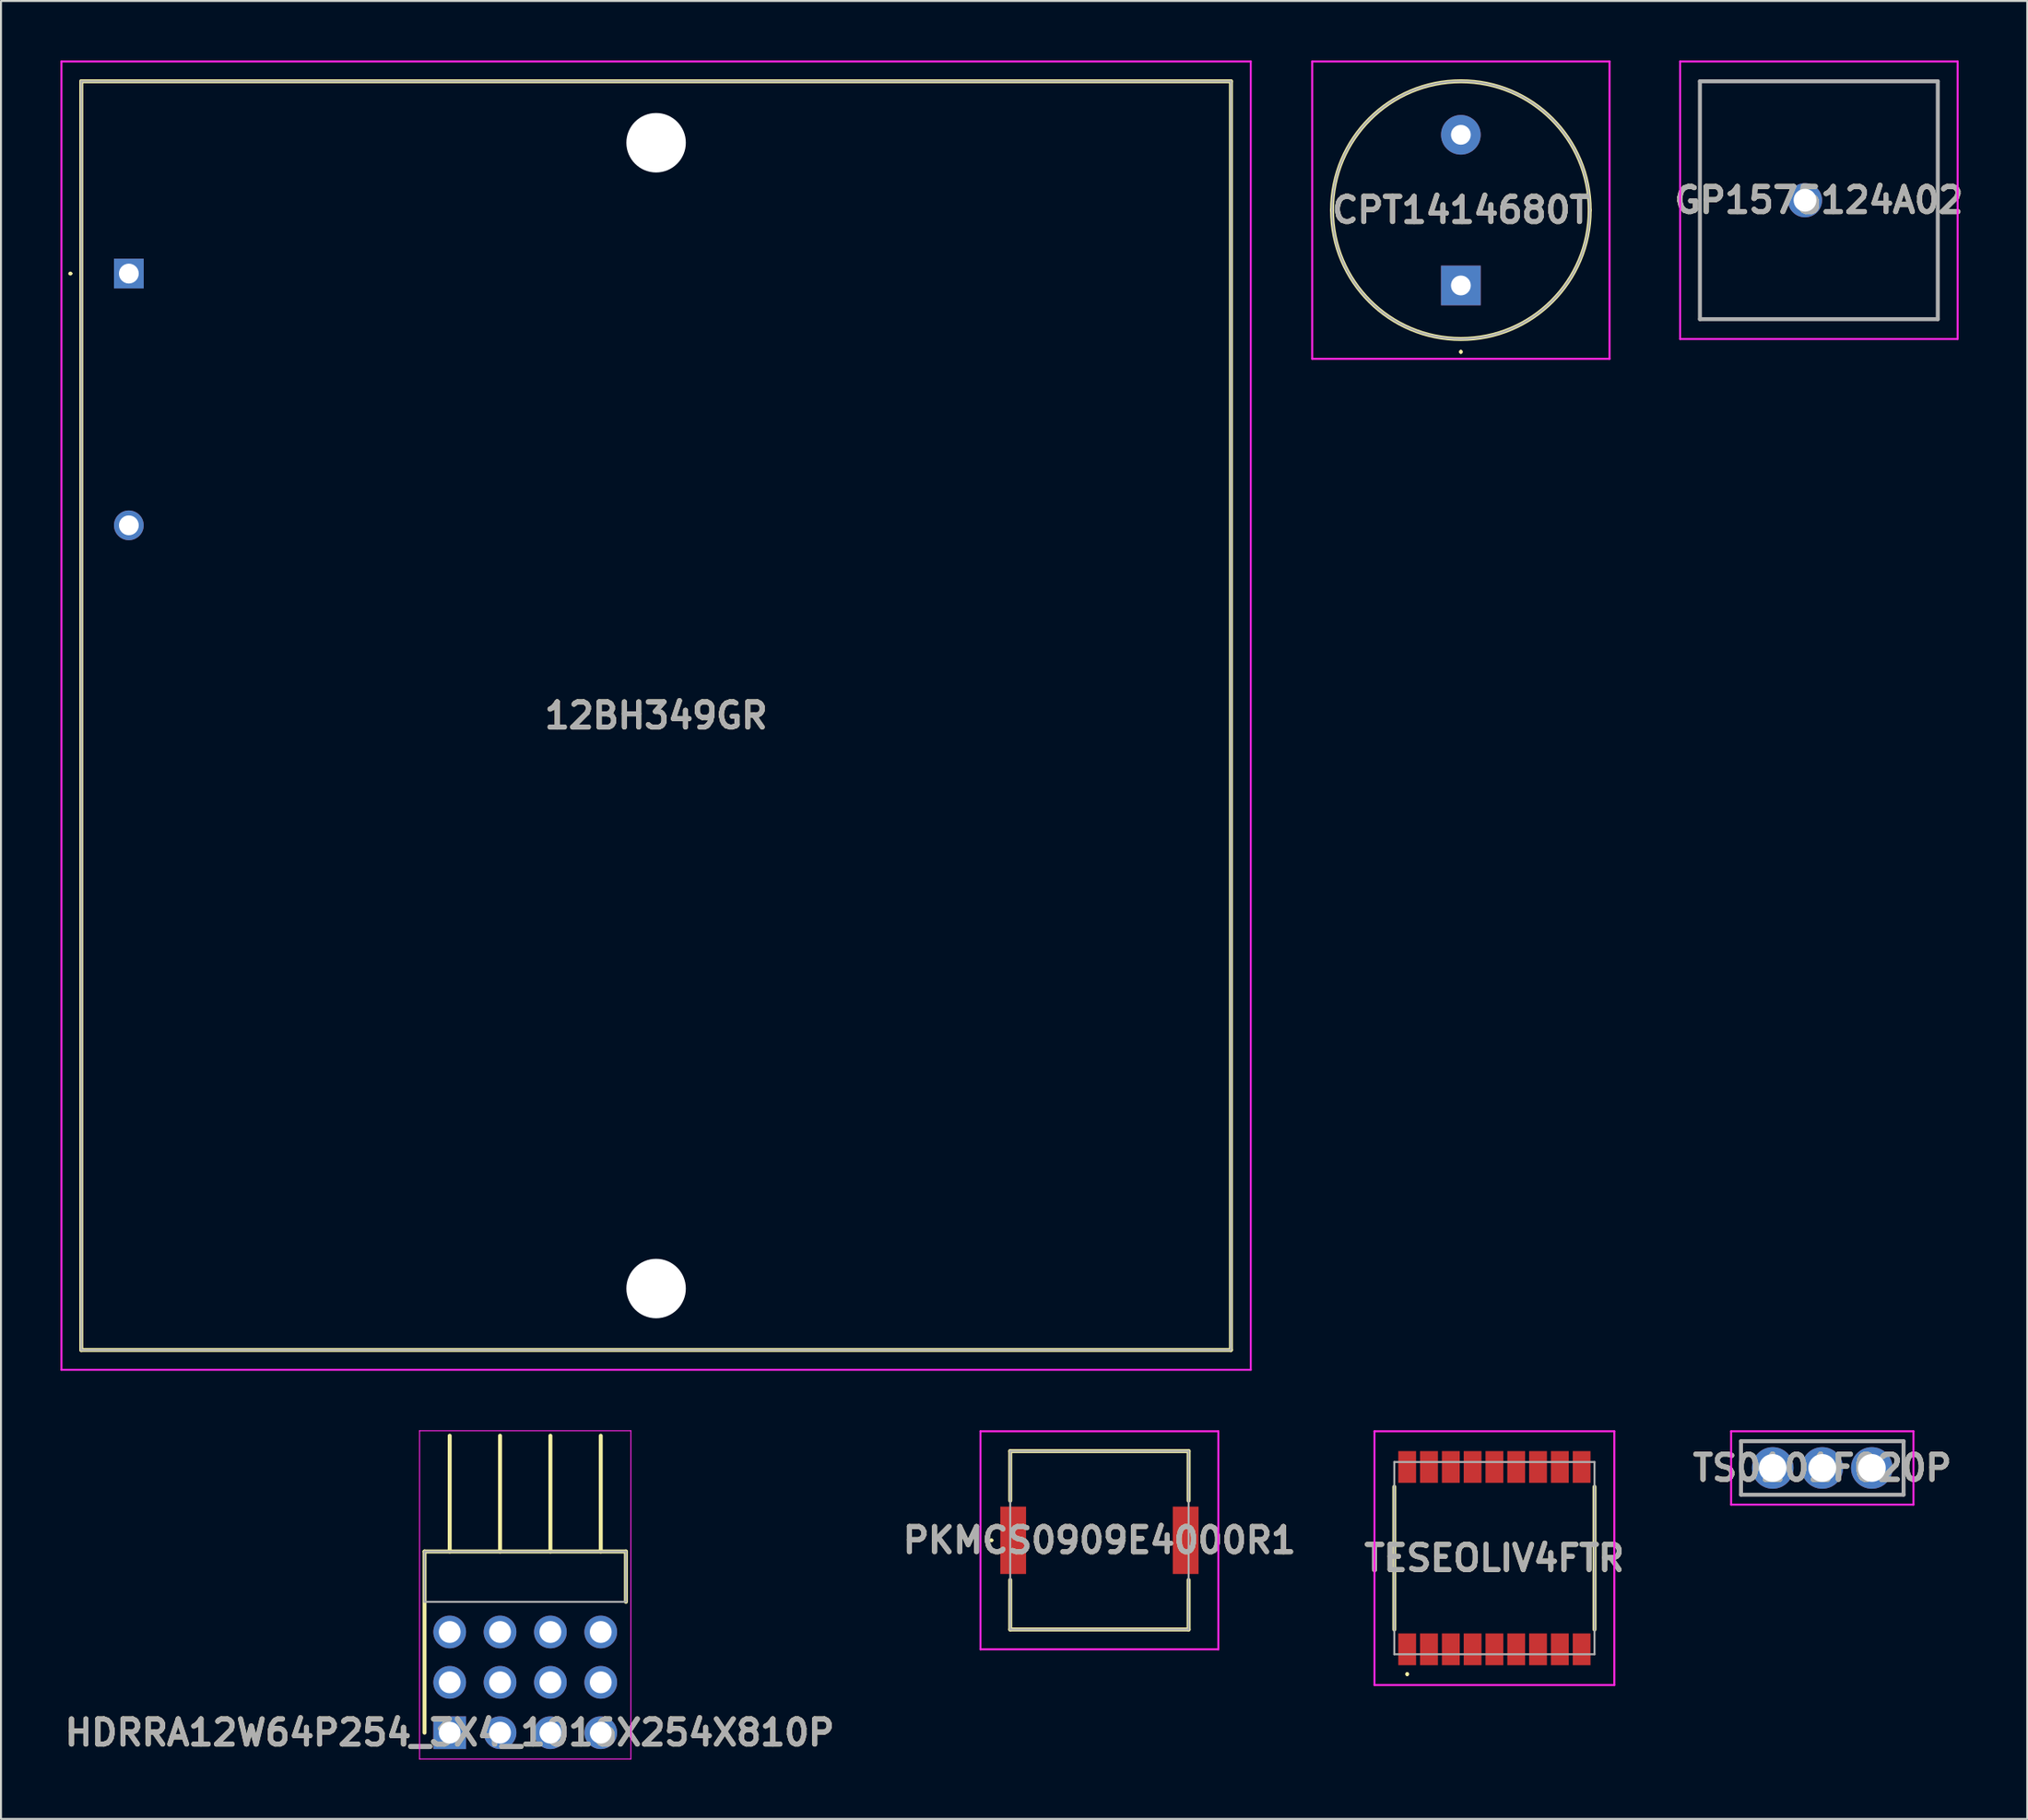
<source format=kicad_pcb>
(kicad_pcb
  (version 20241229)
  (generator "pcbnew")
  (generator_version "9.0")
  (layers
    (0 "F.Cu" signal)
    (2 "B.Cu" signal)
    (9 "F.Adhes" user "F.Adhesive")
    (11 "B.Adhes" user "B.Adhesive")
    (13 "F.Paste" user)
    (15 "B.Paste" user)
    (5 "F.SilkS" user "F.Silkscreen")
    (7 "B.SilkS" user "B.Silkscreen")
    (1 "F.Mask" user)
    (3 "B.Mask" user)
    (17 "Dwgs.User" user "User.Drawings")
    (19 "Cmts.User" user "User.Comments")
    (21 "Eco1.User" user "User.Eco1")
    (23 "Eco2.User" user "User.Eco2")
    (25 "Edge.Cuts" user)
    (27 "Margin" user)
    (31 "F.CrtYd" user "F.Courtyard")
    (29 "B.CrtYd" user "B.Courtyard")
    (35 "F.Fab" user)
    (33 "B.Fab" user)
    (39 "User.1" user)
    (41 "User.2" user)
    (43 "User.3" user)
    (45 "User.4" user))
  (footprint "TESEOLIV4FTR"
    (layer "F.Cu")
    (at 72.342 75.55)
    (property "Reference" "TESEOLIV4FTR" (at 0 0 0) (layer "F.SilkS") (effects (font (size 1.27 1.27) (thickness 0.254))))
    (attr smd)
    (fp_line (start -5.05 -3.6) (end -5.05 3.6) (stroke (width 0.2) (type solid)) (layer "F.SilkS"))
    (fp_line (start -4.4 5.8) (end -4.4 5.8) (stroke (width 0.1) (type solid)) (layer "F.SilkS"))
    (fp_line (start -4.4 5.9) (end -4.4 5.9) (stroke (width 0.1) (type solid)) (layer "F.SilkS"))
    (fp_line (start 5.05 -3.6) (end 5.05 3.6) (stroke (width 0.2) (type solid)) (layer "F.SilkS"))
    (fp_arc (start -4.4 5.8) (mid -4.35 5.85) (end -4.4 5.9) (stroke (width 0.1) (type solid)) (layer "F.SilkS"))
    (fp_arc (start -4.4 5.9) (mid -4.45 5.85) (end -4.4 5.8) (stroke (width 0.1) (type solid)) (layer "F.SilkS"))
    (fp_line (start -6.05 -6.4) (end 6.05 -6.4) (stroke (width 0.1) (type solid)) (layer "F.CrtYd"))
    (fp_line (start -6.05 6.4) (end -6.05 -6.4) (stroke (width 0.1) (type solid)) (layer "F.CrtYd"))
    (fp_line (start 6.05 -6.4) (end 6.05 6.4) (stroke (width 0.1) (type solid)) (layer "F.CrtYd"))
    (fp_line (start 6.05 6.4) (end -6.05 6.4) (stroke (width 0.1) (type solid)) (layer "F.CrtYd"))
    (fp_line (start -5.05 -4.85) (end -5.05 4.85) (stroke (width 0.1) (type solid)) (layer "F.Fab"))
    (fp_line (start -5.05 4.85) (end 5.05 4.85) (stroke (width 0.1) (type solid)) (layer "F.Fab"))
    (fp_line (start 5.05 -4.85) (end -5.05 -4.85) (stroke (width 0.1) (type solid)) (layer "F.Fab"))
    (fp_line (start 5.05 4.85) (end 5.05 -4.85) (stroke (width 0.1) (type solid)) (layer "F.Fab"))
    (fp_text user "${REFERENCE}" (at 0 0 0) (layer "F.Fab") (effects (font (size 1.27 1.27) (thickness 0.254))))
    (pad "1" smd rect (at -4.4 4.6) (size 0.9 1.6) (layers "F.Cu" "F.Mask" "F.Paste"))
    (pad "2" smd rect (at -3.3 4.6) (size 0.9 1.6) (layers "F.Cu" "F.Mask" "F.Paste"))
    (pad "3" smd rect (at -2.2 4.6) (size 0.9 1.6) (layers "F.Cu" "F.Mask" "F.Paste"))
    (pad "4" smd rect (at -1.1 4.6) (size 0.9 1.6) (layers "F.Cu" "F.Mask" "F.Paste"))
    (pad "5" smd rect (at 0 4.6) (size 0.9 1.6) (layers "F.Cu" "F.Mask" "F.Paste"))
    (pad "6" smd rect (at 1.1 4.6) (size 0.9 1.6) (layers "F.Cu" "F.Mask" "F.Paste"))
    (pad "7" smd rect (at 2.2 4.6) (size 0.9 1.6) (layers "F.Cu" "F.Mask" "F.Paste"))
    (pad "8" smd rect (at 3.3 4.6) (size 0.9 1.6) (layers "F.Cu" "F.Mask" "F.Paste"))
    (pad "9" smd rect (at 4.4 4.6) (size 0.9 1.6) (layers "F.Cu" "F.Mask" "F.Paste"))
    (pad "10" smd rect (at 4.4 -4.6) (size 0.9 1.6) (layers "F.Cu" "F.Mask" "F.Paste"))
    (pad "11" smd rect (at 3.3 -4.6) (size 0.9 1.6) (layers "F.Cu" "F.Mask" "F.Paste"))
    (pad "12" smd rect (at 2.2 -4.6) (size 0.9 1.6) (layers "F.Cu" "F.Mask" "F.Paste"))
    (pad "13" smd rect (at 1.1 -4.6) (size 0.9 1.6) (layers "F.Cu" "F.Mask" "F.Paste"))
    (pad "14" smd rect (at 0 -4.6) (size 0.9 1.6) (layers "F.Cu" "F.Mask" "F.Paste"))
    (pad "15" smd rect (at -1.1 -4.6) (size 0.9 1.6) (layers "F.Cu" "F.Mask" "F.Paste"))
    (pad "16" smd rect (at -2.2 -4.6) (size 0.9 1.6) (layers "F.Cu" "F.Mask" "F.Paste"))
    (pad "17" smd rect (at -3.3 -4.6) (size 0.9 1.6) (layers "F.Cu" "F.Mask" "F.Paste"))
    (pad "18" smd rect (at -4.4 -4.6) (size 0.9 1.6) (layers "F.Cu" "F.Mask" "F.Paste")))
  (footprint "HDRRA12W64P254_3X4_1016X254X810P"
    (layer "F.Cu")
    (at 19.637 84.355)
    (property "Reference" "HDRRA12W64P254_3X4_1016X254X810P" (at 0 0 0) (layer "F.SilkS") (effects (font (size 1.27 1.27) (thickness 0.254))))
    (attr through_hole)
    (fp_line (start -1.27 -9.14) (end 8.89 -9.14) (stroke (width 0.2) (type solid)) (layer "F.SilkS"))
    (fp_line (start -1.27 0) (end -1.27 -9.14) (stroke (width 0.2) (type solid)) (layer "F.SilkS"))
    (fp_line (start 0 -9.14) (end 0 -14.98) (stroke (width 0.2) (type solid)) (layer "F.SilkS"))
    (fp_line (start 2.54 -9.14) (end 2.54 -14.98) (stroke (width 0.2) (type solid)) (layer "F.SilkS"))
    (fp_line (start 5.08 -9.14) (end 5.08 -14.98) (stroke (width 0.2) (type solid)) (layer "F.SilkS"))
    (fp_line (start 7.62 -9.14) (end 7.62 -14.98) (stroke (width 0.2) (type solid)) (layer "F.SilkS"))
    (fp_line (start 8.89 -9.14) (end 8.89 -6.6) (stroke (width 0.2) (type solid)) (layer "F.SilkS"))
    (fp_line (start -1.52 -15.23) (end -1.52 1.325) (stroke (width 0.05) (type solid)) (layer "F.CrtYd"))
    (fp_line (start -1.52 1.325) (end 9.14 1.325) (stroke (width 0.05) (type solid)) (layer "F.CrtYd"))
    (fp_line (start 9.14 -15.23) (end -1.52 -15.23) (stroke (width 0.05) (type solid)) (layer "F.CrtYd"))
    (fp_line (start 9.14 1.325) (end 9.14 -15.23) (stroke (width 0.05) (type solid)) (layer "F.CrtYd"))
    (fp_line (start -1.27 -9.14) (end 8.89 -9.14) (stroke (width 0.1) (type solid)) (layer "F.Fab"))
    (fp_line (start -1.27 -6.6) (end -1.27 -9.14) (stroke (width 0.1) (type solid)) (layer "F.Fab"))
    (fp_line (start 8.89 -9.14) (end 8.89 -6.6) (stroke (width 0.1) (type solid)) (layer "F.Fab"))
    (fp_line (start 8.89 -6.6) (end -1.27 -6.6) (stroke (width 0.1) (type solid)) (layer "F.Fab"))
    (fp_text user "${REFERENCE}" (at 0 0 0) (layer "F.Fab") (effects (font (size 1.27 1.27) (thickness 0.254))))
    (pad "1" thru_hole rect (at 0 0) (size 1.65 1.65) (drill 1.1) (layers "*.Cu" "*.Mask"))
    (pad "2" thru_hole circle (at 0 -2.54) (size 1.65 1.65) (drill 1.1) (layers "*.Cu" "*.Mask"))
    (pad "3" thru_hole circle (at 0 -5.08) (size 1.65 1.65) (drill 1.1) (layers "*.Cu" "*.Mask"))
    (pad "4" thru_hole circle (at 2.54 0) (size 1.65 1.65) (drill 1.1) (layers "*.Cu" "*.Mask"))
    (pad "5" thru_hole circle (at 2.54 -2.54) (size 1.65 1.65) (drill 1.1) (layers "*.Cu" "*.Mask"))
    (pad "6" thru_hole circle (at 2.54 -5.08) (size 1.65 1.65) (drill 1.1) (layers "*.Cu" "*.Mask"))
    (pad "7" thru_hole circle (at 5.08 0) (size 1.65 1.65) (drill 1.1) (layers "*.Cu" "*.Mask"))
    (pad "8" thru_hole circle (at 5.08 -2.54) (size 1.65 1.65) (drill 1.1) (layers "*.Cu" "*.Mask"))
    (pad "9" thru_hole circle (at 5.08 -5.08) (size 1.65 1.65) (drill 1.1) (layers "*.Cu" "*.Mask"))
    (pad "10" thru_hole circle (at 7.62 0) (size 1.65 1.65) (drill 1.1) (layers "*.Cu" "*.Mask"))
    (pad "11" thru_hole circle (at 7.62 -2.54) (size 1.65 1.65) (drill 1.1) (layers "*.Cu" "*.Mask"))
    (pad "12" thru_hole circle (at 7.62 -5.08) (size 1.65 1.65) (drill 1.1) (layers "*.Cu" "*.Mask")))
  (footprint "GP1575124A02"
    (layer "F.Cu")
    (at 88.011 7.05)
    (property "Reference" "GP1575124A02" (at 0.7 0 0) (layer "F.SilkS") (effects (font (size 1.27 1.27) (thickness 0.254))))
    (attr through_hole)
    (fp_line (start -5.3 -6) (end 6.7 -6) (stroke (width 0.1) (type solid)) (layer "F.SilkS"))
    (fp_line (start -5.3 6) (end -5.3 -6) (stroke (width 0.1) (type solid)) (layer "F.SilkS"))
    (fp_line (start 6.7 -6) (end 6.7 6) (stroke (width 0.1) (type solid)) (layer "F.SilkS"))
    (fp_line (start 6.7 6) (end -5.3 6) (stroke (width 0.1) (type solid)) (layer "F.SilkS"))
    (fp_line (start -6.3 -7) (end 7.7 -7) (stroke (width 0.1) (type solid)) (layer "F.CrtYd"))
    (fp_line (start -6.3 7) (end -6.3 -7) (stroke (width 0.1) (type solid)) (layer "F.CrtYd"))
    (fp_line (start 7.7 -7) (end 7.7 7) (stroke (width 0.1) (type solid)) (layer "F.CrtYd"))
    (fp_line (start 7.7 7) (end -6.3 7) (stroke (width 0.1) (type solid)) (layer "F.CrtYd"))
    (fp_line (start -5.3 -6) (end -5.3 6) (stroke (width 0.2) (type solid)) (layer "F.Fab"))
    (fp_line (start -5.3 6) (end 6.7 6) (stroke (width 0.2) (type solid)) (layer "F.Fab"))
    (fp_line (start 6.7 -6) (end -5.3 -6) (stroke (width 0.2) (type solid)) (layer "F.Fab"))
    (fp_line (start 6.7 6) (end 6.7 -6) (stroke (width 0.2) (type solid)) (layer "F.Fab"))
    (fp_text user "${REFERENCE}" (at 0.7 0 0) (layer "F.Fab") (effects (font (size 1.27 1.27) (thickness 0.254))))
    (pad "1" thru_hole circle (at 0 0) (size 1.725 1.725) (drill 1.15) (layers "*.Cu" "*.Mask")))
  (footprint "PKMCS0909E4000R1"
    (layer "F.Cu")
    (at 52.415 74.65)
    (property "Reference" "PKMCS0909E4000R1" (at 0 0 0) (layer "F.SilkS") (effects (font (size 1.27 1.27) (thickness 0.254))))
    (attr smd)
    (fp_line (start -5.5 0) (end -5.5 0) (stroke (width 0.1) (type solid)) (layer "F.SilkS"))
    (fp_line (start -5.4 0) (end -5.4 0) (stroke (width 0.1) (type solid)) (layer "F.SilkS"))
    (fp_line (start -4.5 -4.5) (end 4.5 -4.5) (stroke (width 0.2) (type solid)) (layer "F.SilkS"))
    (fp_line (start -4.5 -2) (end -4.5 -4.5) (stroke (width 0.2) (type solid)) (layer "F.SilkS"))
    (fp_line (start -4.5 4.5) (end -4.5 2) (stroke (width 0.2) (type solid)) (layer "F.SilkS"))
    (fp_line (start 4.5 -4.5) (end 4.5 -2) (stroke (width 0.2) (type solid)) (layer "F.SilkS"))
    (fp_line (start 4.5 2) (end 4.5 4.5) (stroke (width 0.2) (type solid)) (layer "F.SilkS"))
    (fp_line (start 4.5 4.5) (end -4.5 4.5) (stroke (width 0.2) (type solid)) (layer "F.SilkS"))
    (fp_arc (start -5.5 0) (mid -5.45 -0.05) (end -5.4 0) (stroke (width 0.1) (type solid)) (layer "F.SilkS"))
    (fp_arc (start -5.4 0) (mid -5.45 0.05) (end -5.5 0) (stroke (width 0.1) (type solid)) (layer "F.SilkS"))
    (fp_line (start -6 -5.5) (end 6 -5.5) (stroke (width 0.1) (type solid)) (layer "F.CrtYd"))
    (fp_line (start -6 5.5) (end -6 -5.5) (stroke (width 0.1) (type solid)) (layer "F.CrtYd"))
    (fp_line (start 6 -5.5) (end 6 5.5) (stroke (width 0.1) (type solid)) (layer "F.CrtYd"))
    (fp_line (start 6 5.5) (end -6 5.5) (stroke (width 0.1) (type solid)) (layer "F.CrtYd"))
    (fp_line (start -4.5 -4.5) (end -4.5 4.5) (stroke (width 0.1) (type solid)) (layer "F.Fab"))
    (fp_line (start -4.5 4.5) (end 4.5 4.5) (stroke (width 0.1) (type solid)) (layer "F.Fab"))
    (fp_line (start 4.5 -4.5) (end -4.5 -4.5) (stroke (width 0.1) (type solid)) (layer "F.Fab"))
    (fp_line (start 4.5 4.5) (end 4.5 -4.5) (stroke (width 0.1) (type solid)) (layer "F.Fab"))
    (fp_text user "${REFERENCE}" (at 0 0 0) (layer "F.Fab") (effects (font (size 1.27 1.27) (thickness 0.254))))
    (pad "1" smd rect (at -4.35 0) (size 1.3 3.4) (layers "F.Cu" "F.Mask" "F.Paste"))
    (pad "2" smd rect (at 4.35 0) (size 1.3 3.4) (layers "F.Cu" "F.Mask" "F.Paste")))
  (footprint "CPT1414680T"
    (layer "F.Cu")
    (at 70.65 11.35)
    (property "Reference" "CPT1414680T" (at 0 -3.8 0) (layer "F.SilkS") (effects (font (size 1.27 1.27) (thickness 0.254))))
    (attr through_hole)
    (fp_line (start -6.5 -3.8) (end -6.5 -3.8) (stroke (width 0.2) (type solid)) (layer "F.SilkS"))
    (fp_line (start 0 3.3) (end 0 3.3) (stroke (width 0.1) (type solid)) (layer "F.SilkS"))
    (fp_line (start 0 3.4) (end 0 3.4) (stroke (width 0.1) (type solid)) (layer "F.SilkS"))
    (fp_line (start 6.5 -3.8) (end 6.5 -3.8) (stroke (width 0.2) (type solid)) (layer "F.SilkS"))
    (fp_arc (start -6.5 -3.8) (mid 0 -10.3) (end 6.5 -3.8) (stroke (width 0.2) (type solid)) (layer "F.SilkS"))
    (fp_arc (start 0 3.3) (mid 0.05 3.35) (end 0 3.4) (stroke (width 0.1) (type solid)) (layer "F.SilkS"))
    (fp_arc (start 0 3.4) (mid -0.05 3.35) (end 0 3.3) (stroke (width 0.1) (type solid)) (layer "F.SilkS"))
    (fp_arc (start 6.5 -3.8) (mid 0 2.7) (end -6.5 -3.8) (stroke (width 0.2) (type solid)) (layer "F.SilkS"))
    (fp_line (start -7.5 -11.3) (end 7.5 -11.3) (stroke (width 0.1) (type solid)) (layer "F.CrtYd"))
    (fp_line (start -7.5 3.7) (end -7.5 -11.3) (stroke (width 0.1) (type solid)) (layer "F.CrtYd"))
    (fp_line (start 7.5 -11.3) (end 7.5 3.7) (stroke (width 0.1) (type solid)) (layer "F.CrtYd"))
    (fp_line (start 7.5 3.7) (end -7.5 3.7) (stroke (width 0.1) (type solid)) (layer "F.CrtYd"))
    (fp_line (start -6.5 -3.8) (end -6.5 -3.8) (stroke (width 0.1) (type solid)) (layer "F.Fab"))
    (fp_line (start 6.5 -3.8) (end 6.5 -3.8) (stroke (width 0.1) (type solid)) (layer "F.Fab"))
    (fp_arc (start -6.5 -3.8) (mid 0 -10.3) (end 6.5 -3.8) (stroke (width 0.1) (type solid)) (layer "F.Fab"))
    (fp_arc (start 6.5 -3.8) (mid 0 2.7) (end -6.5 -3.8) (stroke (width 0.1) (type solid)) (layer "F.Fab"))
    (fp_text user "${REFERENCE}" (at 0 -3.8 0) (layer "F.Fab") (effects (font (size 1.27 1.27) (thickness 0.254))))
    (pad "1" thru_hole rect (at 0 0) (size 2 2) (drill 1) (layers "*.Cu" "*.Mask"))
    (pad "2" thru_hole circle (at 0 -7.6) (size 2 2) (drill 1) (layers "*.Cu" "*.Mask")))
  (footprint "TS0101F020P"
    (layer "F.Cu")
    (at 86.383 71)
    (property "Reference" "TS0101F020P" (at 2.5 0 0) (layer "F.SilkS") (effects (font (size 1.27 1.27) (thickness 0.254))))
    (attr through_hole)
    (fp_line (start -1.6 -1.35) (end 6.6 -1.35) (stroke (width 0.1) (type solid)) (layer "F.SilkS"))
    (fp_line (start -1.6 1.35) (end -1.6 -1.35) (stroke (width 0.1) (type solid)) (layer "F.SilkS"))
    (fp_line (start 6.6 -1.35) (end 6.6 1.35) (stroke (width 0.1) (type solid)) (layer "F.SilkS"))
    (fp_line (start 6.6 1.35) (end -1.6 1.35) (stroke (width 0.1) (type solid)) (layer "F.SilkS"))
    (fp_line (start -2.1 -1.85) (end 7.1 -1.85) (stroke (width 0.1) (type solid)) (layer "F.CrtYd"))
    (fp_line (start -2.1 1.85) (end -2.1 -1.85) (stroke (width 0.1) (type solid)) (layer "F.CrtYd"))
    (fp_line (start 7.1 -1.85) (end 7.1 1.85) (stroke (width 0.1) (type solid)) (layer "F.CrtYd"))
    (fp_line (start 7.1 1.85) (end -2.1 1.85) (stroke (width 0.1) (type solid)) (layer "F.CrtYd"))
    (fp_line (start -1.6 -1.35) (end 6.6 -1.35) (stroke (width 0.2) (type solid)) (layer "F.Fab"))
    (fp_line (start -1.6 1.35) (end -1.6 -1.35) (stroke (width 0.2) (type solid)) (layer "F.Fab"))
    (fp_line (start 6.6 -1.35) (end 6.6 1.35) (stroke (width 0.2) (type solid)) (layer "F.Fab"))
    (fp_line (start 6.6 1.35) (end -1.6 1.35) (stroke (width 0.2) (type solid)) (layer "F.Fab"))
    (fp_text user "${REFERENCE}" (at 2.5 0 0) (layer "F.Fab") (effects (font (size 1.27 1.27) (thickness 0.254))))
    (pad "1" thru_hole circle (at 0 0) (size 2.1 2.1) (drill 1.4) (layers "*.Cu" "*.Mask"))
    (pad "2" thru_hole circle (at 2.5 0) (size 2.1 2.1) (drill 1.4) (layers "*.Cu" "*.Mask"))
    (pad "3" thru_hole circle (at 5 0) (size 2.1 2.1) (drill 1.4) (layers "*.Cu" "*.Mask")))
  (footprint "12BH349GR"
    (layer "F.Cu")
    (at 3.45 10.75)
    (property "Reference" "12BH349GR" (at 26.6 22.3 0) (layer "F.SilkS") (effects (font (size 1.27 1.27) (thickness 0.254))))
    (attr through_hole)
    (fp_line (start -3 0) (end -3 0) (stroke (width 0.1) (type solid)) (layer "F.SilkS"))
    (fp_line (start -2.9 0) (end -2.9 0) (stroke (width 0.1) (type solid)) (layer "F.SilkS"))
    (fp_line (start -2.4 -9.7) (end 55.6 -9.7) (stroke (width 0.2) (type solid)) (layer "F.SilkS"))
    (fp_line (start -2.4 54.3) (end -2.4 -9.7) (stroke (width 0.2) (type solid)) (layer "F.SilkS"))
    (fp_line (start 55.6 -9.7) (end 55.6 54.3) (stroke (width 0.2) (type solid)) (layer "F.SilkS"))
    (fp_line (start 55.6 54.3) (end -2.4 54.3) (stroke (width 0.2) (type solid)) (layer "F.SilkS"))
    (fp_arc (start -3 0) (mid -2.95 -0.05) (end -2.9 0) (stroke (width 0.1) (type solid)) (layer "F.SilkS"))
    (fp_arc (start -2.9 0) (mid -2.95 0.05) (end -3 0) (stroke (width 0.1) (type solid)) (layer "F.SilkS"))
    (fp_line (start -3.4 -10.7) (end 56.6 -10.7) (stroke (width 0.1) (type solid)) (layer "F.CrtYd"))
    (fp_line (start -3.4 55.3) (end -3.4 -10.7) (stroke (width 0.1) (type solid)) (layer "F.CrtYd"))
    (fp_line (start 56.6 -10.7) (end 56.6 55.3) (stroke (width 0.1) (type solid)) (layer "F.CrtYd"))
    (fp_line (start 56.6 55.3) (end -3.4 55.3) (stroke (width 0.1) (type solid)) (layer "F.CrtYd"))
    (fp_line (start -2.4 -9.7) (end 55.6 -9.7) (stroke (width 0.1) (type solid)) (layer "F.Fab"))
    (fp_line (start -2.4 54.3) (end -2.4 -9.7) (stroke (width 0.1) (type solid)) (layer "F.Fab"))
    (fp_line (start 55.6 -9.7) (end 55.6 54.3) (stroke (width 0.1) (type solid)) (layer "F.Fab"))
    (fp_line (start 55.6 54.3) (end -2.4 54.3) (stroke (width 0.1) (type solid)) (layer "F.Fab"))
    (fp_text user "${REFERENCE}" (at 26.6 22.3 0) (layer "F.Fab") (effects (font (size 1.27 1.27) (thickness 0.254))))
    (pad "" np_thru_hole circle (at 26.6 -6.6) (size 3 3) (drill 3) (layers "*.Cu" "*.Mask"))
    (pad "" np_thru_hole circle (at 26.6 51.2) (size 3 3) (drill 3) (layers "*.Cu" "*.Mask"))
    (pad "1" thru_hole rect (at 0 0) (size 1.5 1.5) (drill 1) (layers "*.Cu" "*.Mask"))
    (pad "2" thru_hole circle (at 0 12.7) (size 1.5 1.5) (drill 1) (layers "*.Cu" "*.Mask")))
  (gr_rect
    (start -3 -3)
    (end 99.222 88.705)
    (stroke (width 0.1) (type default))
    (fill no)
    (layer "Edge.Cuts")))
</source>
